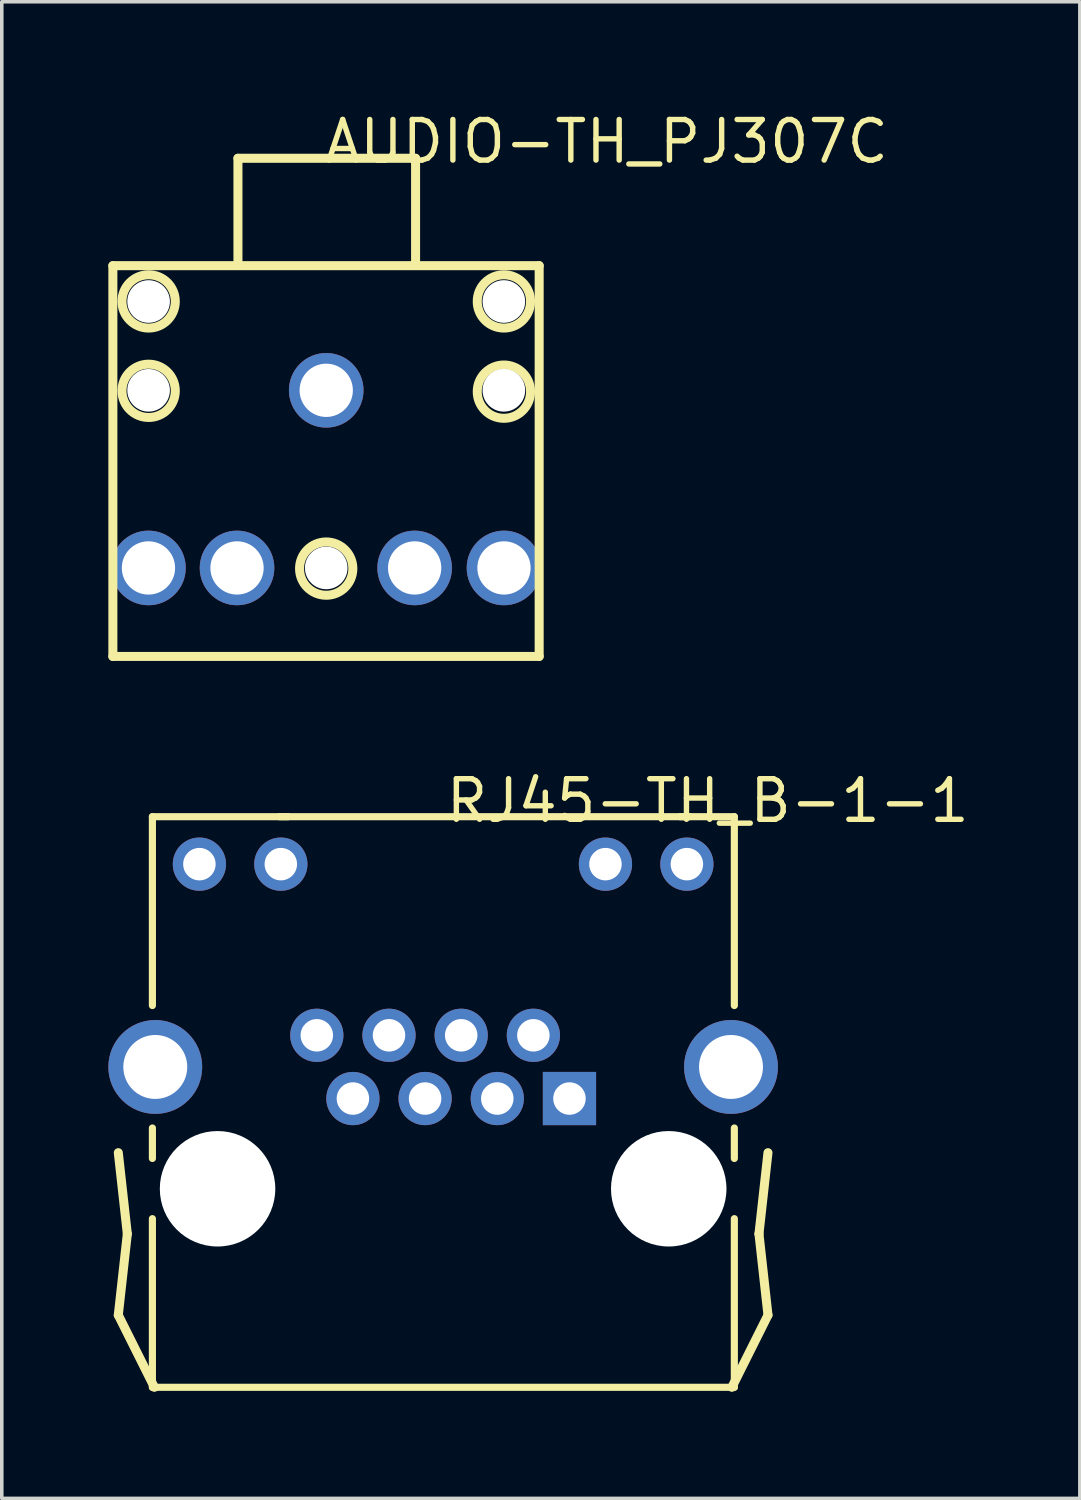
<source format=kicad_pcb>
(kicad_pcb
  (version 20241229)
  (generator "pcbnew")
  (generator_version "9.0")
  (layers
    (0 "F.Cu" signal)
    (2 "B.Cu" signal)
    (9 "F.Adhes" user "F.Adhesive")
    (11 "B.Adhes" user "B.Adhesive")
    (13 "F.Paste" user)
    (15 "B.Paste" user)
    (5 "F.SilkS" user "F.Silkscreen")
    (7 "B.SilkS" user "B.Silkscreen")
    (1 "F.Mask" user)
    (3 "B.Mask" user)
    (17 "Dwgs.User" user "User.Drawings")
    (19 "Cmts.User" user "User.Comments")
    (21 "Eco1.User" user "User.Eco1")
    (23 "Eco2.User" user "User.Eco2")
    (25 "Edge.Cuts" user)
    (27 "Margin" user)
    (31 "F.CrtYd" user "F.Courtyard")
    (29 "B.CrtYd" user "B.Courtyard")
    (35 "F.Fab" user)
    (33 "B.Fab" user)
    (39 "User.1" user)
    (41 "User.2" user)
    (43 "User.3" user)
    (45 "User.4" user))
  (footprint "AUDIO-TH_PJ307C"
    (layer "F.Cu")
    (at 6.133 10.437)
    (property "Reference" "AUDIO-TH_PJ307C" (at -0.127 -9.502 0) (layer "F.SilkS") (effects (font (size 1.143 1.143) (thickness 0.152)) (justify left)))
    (attr through_hole)
    (fp_line (start -6.006 -6.009) (end -6.006 4.991) (stroke (width 0.254) (type solid)) (layer "F.SilkS"))
    (fp_line (start -6.006 4.991) (end 5.994 4.991) (stroke (width 0.254) (type solid)) (layer "F.SilkS"))
    (fp_line (start -2.485 -9.032) (end 2.515 -9.032) (stroke (width 0.254) (type solid)) (layer "F.SilkS"))
    (fp_line (start -2.485 -6.032) (end -2.485 -9.032) (stroke (width 0.254) (type solid)) (layer "F.SilkS"))
    (fp_line (start 2.515 -9.032) (end 2.515 -6.032) (stroke (width 0.254) (type solid)) (layer "F.SilkS"))
    (fp_line (start 5.994 -6.009) (end -6.006 -6.009) (stroke (width 0.254) (type solid)) (layer "F.SilkS"))
    (fp_line (start 5.994 4.991) (end 5.994 -6.009) (stroke (width 0.254) (type solid)) (layer "F.SilkS"))
    (fp_arc (start -4.249 -4.996) (mid -5.749024 -5.001651) (end -4.249006 -5.008698) (stroke (width 0.254) (type solid)) (layer "F.SilkS"))
    (fp_arc (start -4.249 -2.478) (mid -5.749043 -2.486382) (end -4.248992 -2.493237) (stroke (width 0.254) (type solid)) (layer "F.SilkS"))
    (fp_arc (start 0.749 2.525) (mid -0.751024 2.519349) (end 0.748994 2.512302) (stroke (width 0.254) (type solid)) (layer "F.SilkS"))
    (fp_arc (start 5.751 -4.996) (mid 4.250976 -5.001651) (end 5.750994 -5.008698) (stroke (width 0.254) (type solid)) (layer "F.SilkS"))
    (fp_arc (start 5.751 -2.456) (mid 4.250976 -2.461651) (end 5.750994 -2.468698) (stroke (width 0.254) (type solid)) (layer "F.SilkS"))
    (pad "" np_thru_hole circle (at -5 -5) (size 1.2 1.2) (drill 1.2) (layers "*.Cu" "*.Mask"))
    (pad "" np_thru_hole circle (at -5 -2.5) (size 1.2 1.2) (drill 1.2) (layers "*.Cu" "*.Mask"))
    (pad "" np_thru_hole circle (at 0 2.5) (size 1.2 1.2) (drill 1.2) (layers "*.Cu" "*.Mask"))
    (pad "" np_thru_hole circle (at 5 -5) (size 1.2 1.2) (drill 1.2) (layers "*.Cu" "*.Mask"))
    (pad "" np_thru_hole circle (at 5 -2.5) (size 1.2 1.2) (drill 1.2) (layers "*.Cu" "*.Mask"))
    (pad "1" thru_hole circle (at 0 -2.5) (size 2.1 2.1) (drill 1.5) (layers "*.Cu" "*.Paste" "*.Mask"))
    (pad "2" thru_hole circle (at 5.004 2.5 90) (size 2.1 2.1) (drill 1.5) (layers "*.Cu" "*.Paste" "*.Mask"))
    (pad "3" thru_hole circle (at 2.489 2.5 90) (size 2.1 2.1) (drill 1.5) (layers "*.Cu" "*.Paste" "*.Mask"))
    (pad "4" thru_hole circle (at -2.511 2.5 90) (size 2.1 2.1) (drill 1.5) (layers "*.Cu" "*.Paste" "*.Mask"))
    (pad "5" thru_hole circle (at -5.004 2.5 90) (size 2.1 2.1) (drill 1.5) (layers "*.Cu" "*.Paste" "*.Mask")))
  (footprint "RJ45-TH_B-1-1"
    (layer "F.Cu")
    (at 9.424 24.574)
    (property "Reference" "RJ45-TH_B-1-1" (at 0 -5.083 0) (layer "F.SilkS") (effects (font (size 1.143 1.143) (thickness 0.152)) (justify left)))
    (attr through_hole)
    (fp_line (start -9.144 9.395) (end -8.89 7.109) (stroke (width 0.254) (type solid)) (layer "F.SilkS"))
    (fp_line (start -8.89 7.109) (end -9.144 4.823) (stroke (width 0.254) (type solid)) (layer "F.SilkS"))
    (fp_line (start -8.184 -4.635) (end -4.366 -4.635) (stroke (width 0.201) (type solid)) (layer "F.SilkS"))
    (fp_line (start -8.184 0.681) (end -8.184 -4.635) (stroke (width 0.201) (type solid)) (layer "F.SilkS"))
    (fp_line (start -8.184 4.986) (end -8.184 4.128) (stroke (width 0.201) (type solid)) (layer "F.SilkS"))
    (fp_line (start -8.184 11.427) (end -8.184 6.68) (stroke (width 0.201) (type solid)) (layer "F.SilkS"))
    (fp_line (start -8.128 11.427) (end -9.144 9.395) (stroke (width 0.254) (type solid)) (layer "F.SilkS"))
    (fp_line (start 6.942 -4.635) (end -4.608 -4.635) (stroke (width 0.201) (type solid)) (layer "F.SilkS"))
    (fp_line (start 8.128 11.427) (end 9.144 9.395) (stroke (width 0.254) (type solid)) (layer "F.SilkS"))
    (fp_line (start 8.197 -4.635) (end 6.67 -4.635) (stroke (width 0.201) (type solid)) (layer "F.SilkS"))
    (fp_line (start 8.197 0.681) (end 8.197 -4.635) (stroke (width 0.201) (type solid)) (layer "F.SilkS"))
    (fp_line (start 8.197 4.986) (end 8.197 4.128) (stroke (width 0.201) (type solid)) (layer "F.SilkS"))
    (fp_line (start 8.197 6.68) (end 8.197 11.427) (stroke (width 0.201) (type solid)) (layer "F.SilkS"))
    (fp_line (start 8.197 11.427) (end -8.184 11.427) (stroke (width 0.201) (type solid)) (layer "F.SilkS"))
    (fp_line (start 8.89 7.109) (end 9.144 4.823) (stroke (width 0.254) (type solid)) (layer "F.SilkS"))
    (fp_line (start 9.144 9.395) (end 8.89 7.109) (stroke (width 0.254) (type solid)) (layer "F.SilkS"))
    (pad "" np_thru_hole circle (at -6.35 5.839) (size 3.25 3.25) (drill 3.25) (layers "*.Cu" "*.Mask"))
    (pad "" np_thru_hole circle (at 6.35 5.839) (size 3.25 3.25) (drill 3.25) (layers "*.Cu" "*.Mask"))
    (pad "1" thru_hole rect (at 3.556 3.299 180) (size 1.499 1.499) (drill 0.914) (layers "*.Cu" "*.Paste" "*.Mask"))
    (pad "2" thru_hole circle (at 2.54 1.519 180) (size 1.499 1.499) (drill 0.914) (layers "*.Cu" "*.Paste" "*.Mask"))
    (pad "3" thru_hole circle (at 1.524 3.299 180) (size 1.499 1.499) (drill 0.914) (layers "*.Cu" "*.Paste" "*.Mask"))
    (pad "4" thru_hole circle (at 0.508 1.519 180) (size 1.499 1.499) (drill 0.914) (layers "*.Cu" "*.Paste" "*.Mask"))
    (pad "5" thru_hole circle (at -0.508 3.299 180) (size 1.499 1.499) (drill 0.914) (layers "*.Cu" "*.Paste" "*.Mask"))
    (pad "6" thru_hole circle (at -1.524 1.519 180) (size 1.499 1.499) (drill 0.914) (layers "*.Cu" "*.Paste" "*.Mask"))
    (pad "7" thru_hole circle (at -2.54 3.299 180) (size 1.499 1.499) (drill 0.914) (layers "*.Cu" "*.Paste" "*.Mask"))
    (pad "8" thru_hole circle (at -3.556 1.519 180) (size 1.499 1.499) (drill 0.914) (layers "*.Cu" "*.Paste" "*.Mask"))
    (pad "9" thru_hole circle (at 6.861 -3.299 180) (size 1.499 1.499) (drill 0.914) (layers "*.Cu" "*.Paste" "*.Mask"))
    (pad "10" thru_hole circle (at 4.569 -3.299 180) (size 1.499 1.499) (drill 0.914) (layers "*.Cu" "*.Paste" "*.Mask"))
    (pad "11" thru_hole circle (at -4.569 -3.299 180) (size 1.499 1.499) (drill 0.914) (layers "*.Cu" "*.Paste" "*.Mask"))
    (pad "12" thru_hole circle (at -6.861 -3.299 180) (size 1.499 1.499) (drill 0.914) (layers "*.Cu" "*.Paste" "*.Mask"))
    (pad "SH" thru_hole circle (at -8.103 2.41) (size 2.642 2.642) (drill 1.8) (layers "*.Cu" "*.Paste" "*.Mask"))
    (pad "SH" thru_hole circle (at 8.103 2.41 180) (size 2.642 2.642) (drill 1.8) (layers "*.Cu" "*.Paste" "*.Mask")))
  (gr_rect
    (start -3 -3)
    (end 27.347 39.128)
    (stroke (width 0.1) (type default))
    (fill no)
    (layer "Edge.Cuts")))
</source>
